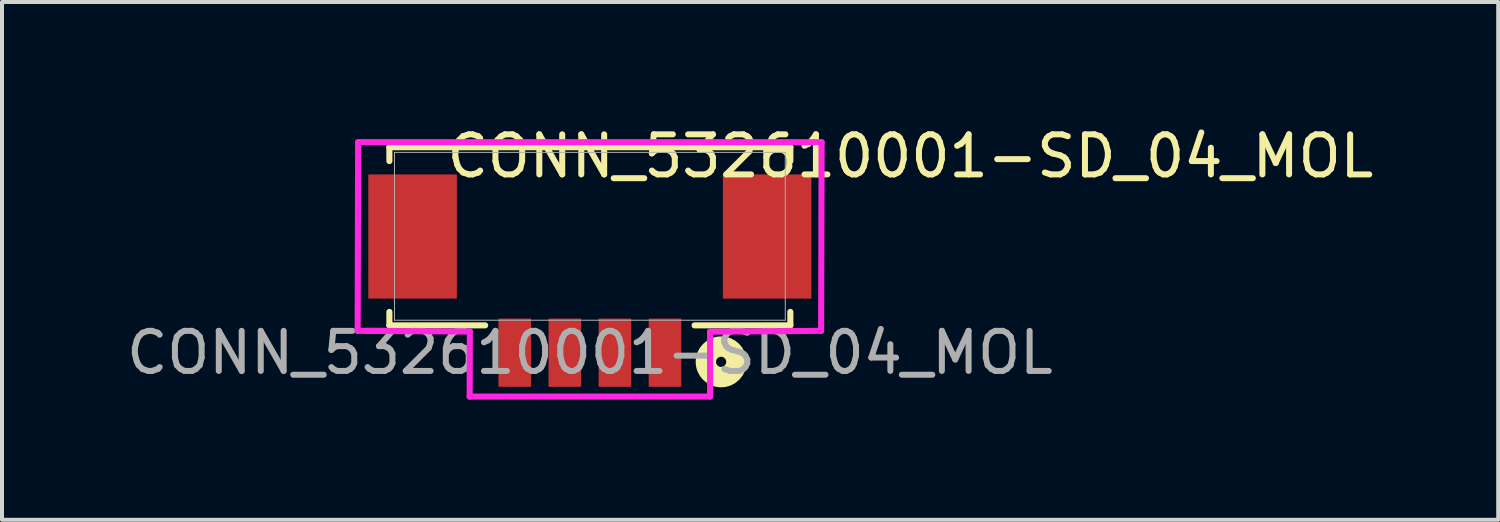
<source format=kicad_pcb>
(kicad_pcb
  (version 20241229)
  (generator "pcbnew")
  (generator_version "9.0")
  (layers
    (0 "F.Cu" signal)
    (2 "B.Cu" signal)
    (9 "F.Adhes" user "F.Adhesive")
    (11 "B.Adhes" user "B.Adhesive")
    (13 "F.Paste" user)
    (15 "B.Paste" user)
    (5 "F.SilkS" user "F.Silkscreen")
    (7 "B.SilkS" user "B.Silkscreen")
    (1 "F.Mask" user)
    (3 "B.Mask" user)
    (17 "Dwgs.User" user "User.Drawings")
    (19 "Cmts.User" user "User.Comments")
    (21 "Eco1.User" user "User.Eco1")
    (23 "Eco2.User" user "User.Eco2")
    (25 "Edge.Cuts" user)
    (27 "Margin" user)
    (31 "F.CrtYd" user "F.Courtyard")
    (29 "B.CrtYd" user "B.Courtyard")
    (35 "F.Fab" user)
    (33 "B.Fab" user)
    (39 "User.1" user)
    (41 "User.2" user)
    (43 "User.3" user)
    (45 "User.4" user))
  (footprint "CONN_532610001-SD_04_MOL"
    (layer "F.Cu")
    (at 11.673 2.848)
    (property "Reference" "CONN_532610001-SD_04_MOL" (at 8 -2 0) (unlocked yes) (layer "F.SilkS") (effects (font (size 1 1) (thickness 0.15))))
    (attr smd)
    (fp_line (start -5.004 -2.223) (end -5.004 -1.878) (stroke (width 0.152) (type solid)) (layer "F.SilkS"))
    (fp_line (start -5.004 1.887) (end -5.004 2.223) (stroke (width 0.152) (type solid)) (layer "F.SilkS"))
    (fp_line (start -5.004 2.223) (end -2.614 2.223) (stroke (width 0.152) (type solid)) (layer "F.SilkS"))
    (fp_line (start 2.614 2.223) (end 5.004 2.223) (stroke (width 0.152) (type solid)) (layer "F.SilkS"))
    (fp_line (start 5.004 -2.223) (end -5.004 -2.223) (stroke (width 0.152) (type solid)) (layer "F.SilkS"))
    (fp_line (start 5.004 -1.878) (end 5.004 -2.223) (stroke (width 0.152) (type solid)) (layer "F.SilkS"))
    (fp_line (start 5.004 2.223) (end 5.004 1.887) (stroke (width 0.152) (type solid)) (layer "F.SilkS"))
    (fp_circle (center 3.276 3.134) (end 3.657 3.134) (stroke (width 0.508) (type solid)) (fill no) (layer "F.SilkS"))
    (fp_line (start -5.796 2.359) (end -2.996 2.377) (stroke (width 0.152) (type solid)) (layer "F.CrtYd"))
    (fp_line (start -5.784 -2.349) (end -5.796 2.359) (stroke (width 0.152) (type solid)) (layer "F.CrtYd"))
    (fp_line (start -3 4) (end -2.996 2.377) (stroke (width 0.152) (type solid)) (layer "F.CrtYd"))
    (fp_line (start -3 4) (end 3 4) (stroke (width 0.152) (type solid)) (layer "F.CrtYd"))
    (fp_line (start 3 4) (end 3 2.381) (stroke (width 0.152) (type solid)) (layer "F.CrtYd"))
    (fp_line (start 3 2.381) (end 5.772 2.359) (stroke (width 0.152) (type solid)) (layer "F.CrtYd"))
    (fp_line (start 5.772 2.359) (end 5.784 -2.349) (stroke (width 0.152) (type solid)) (layer "F.CrtYd"))
    (fp_line (start 5.784 -2.349) (end -5.784 -2.349) (stroke (width 0.152) (type solid)) (layer "F.CrtYd"))
    (fp_line (start -4.877 -2.095) (end -4.877 2.095) (stroke (width 0.025) (type solid)) (layer "F.Fab"))
    (fp_line (start -4.877 2.095) (end 4.877 2.095) (stroke (width 0.025) (type solid)) (layer "F.Fab"))
    (fp_line (start 4.877 -2.095) (end -4.877 -2.095) (stroke (width 0.025) (type solid)) (layer "F.Fab"))
    (fp_line (start 4.877 2.095) (end 4.877 -2.095) (stroke (width 0.025) (type solid)) (layer "F.Fab"))
    (fp_text user "${REFERENCE}" (at 0 2.905 0) (unlocked yes) (layer "F.Fab") (effects (font (size 1 1) (thickness 0.15))))
    (pad "1" smd rect (at 1.875 2.905) (size 0.813 1.702) (layers "F.Cu" "F.Mask" "F.Paste"))
    (pad "2" smd rect (at 0.625 2.905) (size 0.813 1.702) (layers "F.Cu" "F.Mask" "F.Paste"))
    (pad "3" smd rect (at -0.625 2.905) (size 0.813 1.702) (layers "F.Cu" "F.Mask" "F.Paste"))
    (pad "4" smd rect (at -1.875 2.905) (size 0.813 1.702) (layers "F.Cu" "F.Mask" "F.Paste"))
    (pad "5" smd rect (at -4.425 0.005) (size 2.21 3.099) (layers "F.Cu" "F.Mask" "F.Paste"))
    (pad "6" smd rect (at 4.425 0.005) (size 2.21 3.099) (layers "F.Cu" "F.Mask" "F.Paste")))
  (gr_rect
    (start -3 -3)
    (end 34.345 9.924)
    (stroke (width 0.1) (type default))
    (fill no)
    (layer "Edge.Cuts")))
</source>
